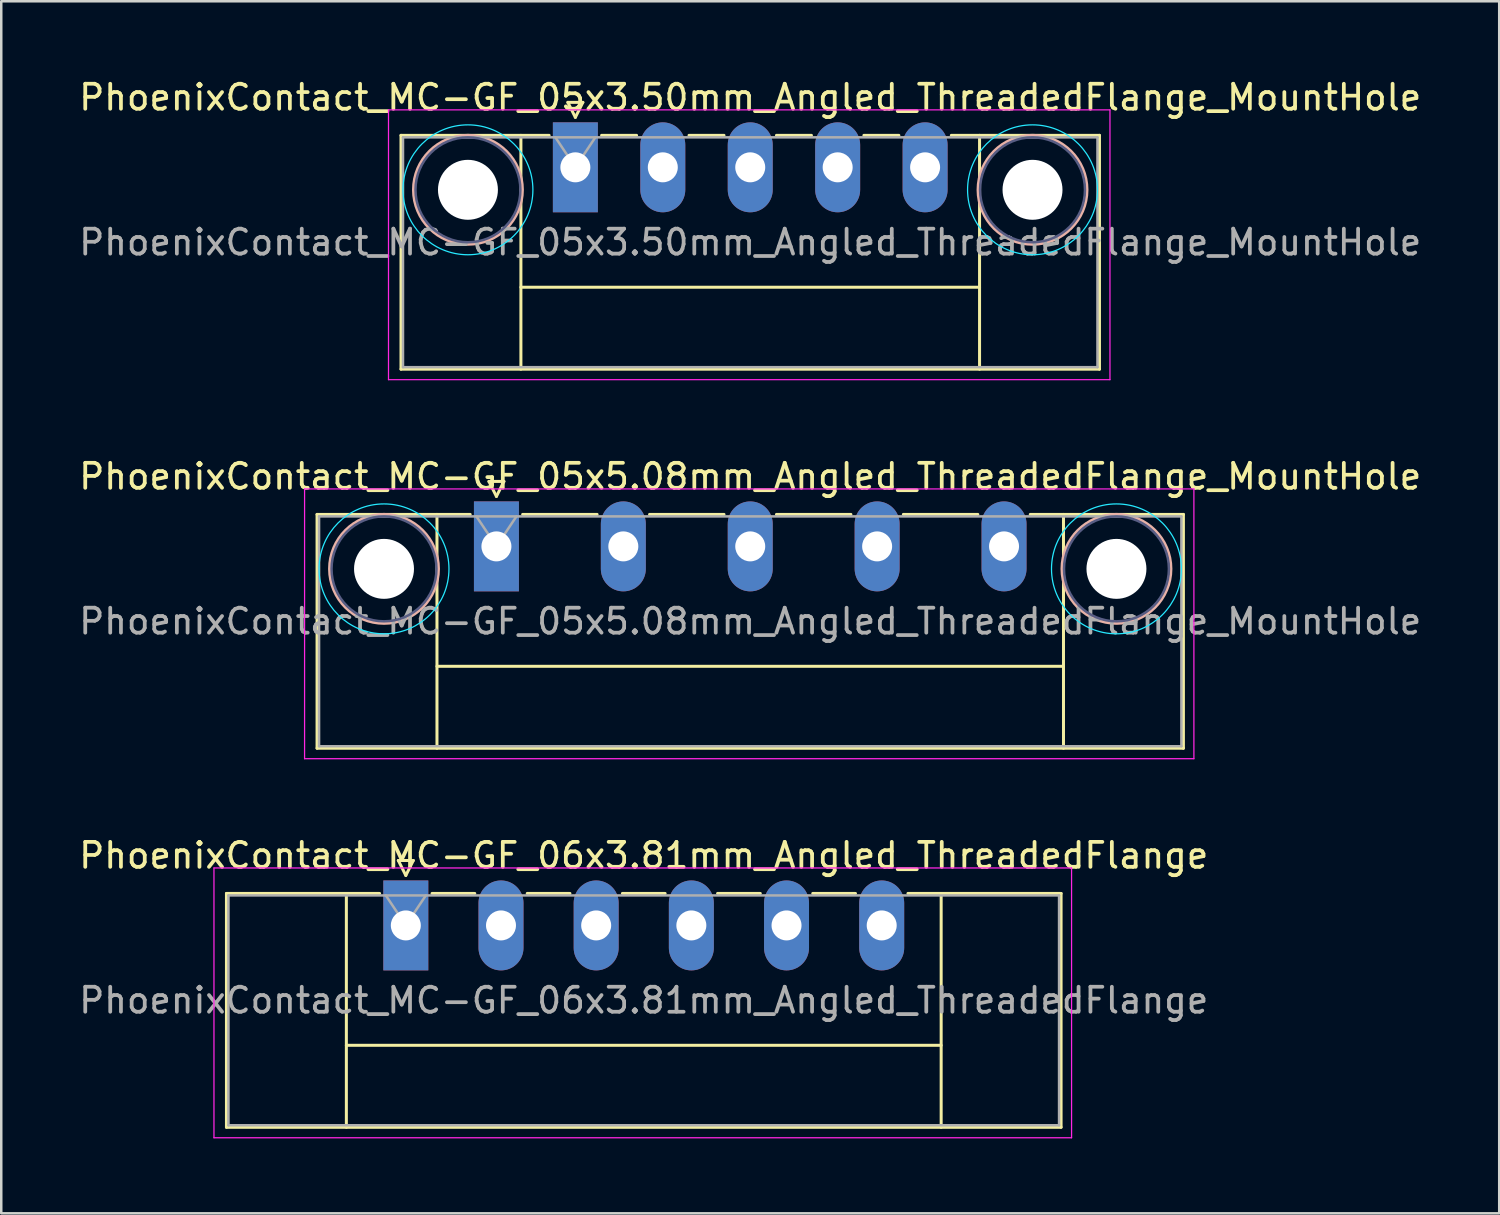
<source format=kicad_pcb>
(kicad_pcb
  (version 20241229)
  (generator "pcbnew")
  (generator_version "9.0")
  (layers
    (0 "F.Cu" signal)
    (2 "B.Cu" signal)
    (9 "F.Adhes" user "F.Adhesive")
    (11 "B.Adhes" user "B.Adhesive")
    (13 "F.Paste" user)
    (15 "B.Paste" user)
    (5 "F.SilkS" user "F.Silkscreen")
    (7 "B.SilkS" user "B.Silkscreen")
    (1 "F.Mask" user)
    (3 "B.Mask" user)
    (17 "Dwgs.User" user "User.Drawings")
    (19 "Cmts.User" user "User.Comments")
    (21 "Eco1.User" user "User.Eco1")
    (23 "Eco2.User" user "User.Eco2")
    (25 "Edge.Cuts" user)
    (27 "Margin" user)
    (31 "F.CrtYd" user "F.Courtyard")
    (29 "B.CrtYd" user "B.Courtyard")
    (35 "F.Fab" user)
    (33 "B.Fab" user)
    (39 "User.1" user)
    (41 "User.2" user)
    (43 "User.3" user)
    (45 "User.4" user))
  (footprint "PhoenixContact_MC-GF_06x3.81mm_Angled_ThreadedFlange"
    (layer "F.Cu")
    (at 13.195 33.995)
    (property "Reference" "PhoenixContact_MC-GF_06x3.81mm_Angled_ThreadedFlange" (at 9.525 -2.8 0) (layer "F.SilkS") (effects (font (size 1 1) (thickness 0.15))))
    (attr through_hole)
    (fp_line (start -7.18 -1.28) (end -7.18 8.08) (stroke (width 0.12) (type solid)) (layer "F.SilkS"))
    (fp_line (start -7.18 -1.28) (end -1.05 -1.28) (stroke (width 0.12) (type solid)) (layer "F.SilkS"))
    (fp_line (start -7.18 8.08) (end 26.23 8.08) (stroke (width 0.12) (type solid)) (layer "F.SilkS"))
    (fp_line (start -2.38 -1.28) (end -2.38 8.08) (stroke (width 0.12) (type solid)) (layer "F.SilkS"))
    (fp_line (start -2.38 4.8) (end 21.43 4.8) (stroke (width 0.12) (type solid)) (layer "F.SilkS"))
    (fp_line (start -0.3 -2.6) (end 0.3 -2.6) (stroke (width 0.12) (type solid)) (layer "F.SilkS"))
    (fp_line (start 0 -2) (end -0.3 -2.6) (stroke (width 0.12) (type solid)) (layer "F.SilkS"))
    (fp_line (start 0.3 -2.6) (end 0 -2) (stroke (width 0.12) (type solid)) (layer "F.SilkS"))
    (fp_line (start 1.05 -1.28) (end 2.76 -1.28) (stroke (width 0.12) (type solid)) (layer "F.SilkS"))
    (fp_line (start 4.86 -1.28) (end 6.57 -1.28) (stroke (width 0.12) (type solid)) (layer "F.SilkS"))
    (fp_line (start 8.67 -1.28) (end 10.38 -1.28) (stroke (width 0.12) (type solid)) (layer "F.SilkS"))
    (fp_line (start 12.48 -1.28) (end 14.19 -1.28) (stroke (width 0.12) (type solid)) (layer "F.SilkS"))
    (fp_line (start 16.29 -1.28) (end 18 -1.28) (stroke (width 0.12) (type solid)) (layer "F.SilkS"))
    (fp_line (start 21.43 -1.28) (end 21.43 8.08) (stroke (width 0.12) (type solid)) (layer "F.SilkS"))
    (fp_line (start 26.23 -1.28) (end 20.1 -1.28) (stroke (width 0.12) (type solid)) (layer "F.SilkS"))
    (fp_line (start 26.23 8.08) (end 26.23 -1.28) (stroke (width 0.12) (type solid)) (layer "F.SilkS"))
    (fp_line (start -7.68 -2.3) (end -7.68 8.5) (stroke (width 0.05) (type solid)) (layer "F.CrtYd"))
    (fp_line (start -7.68 8.5) (end 26.65 8.5) (stroke (width 0.05) (type solid)) (layer "F.CrtYd"))
    (fp_line (start 26.65 -2.3) (end -7.68 -2.3) (stroke (width 0.05) (type solid)) (layer "F.CrtYd"))
    (fp_line (start 26.65 8.5) (end 26.65 -2.3) (stroke (width 0.05) (type solid)) (layer "F.CrtYd"))
    (fp_line (start -7.1 -1.2) (end -7.1 8) (stroke (width 0.1) (type solid)) (layer "F.Fab"))
    (fp_line (start -7.1 8) (end 26.15 8) (stroke (width 0.1) (type solid)) (layer "F.Fab"))
    (fp_line (start 0 0) (end -0.8 -1.2) (stroke (width 0.1) (type solid)) (layer "F.Fab"))
    (fp_line (start 0.8 -1.2) (end 0 0) (stroke (width 0.1) (type solid)) (layer "F.Fab"))
    (fp_line (start 26.15 -1.2) (end -7.1 -1.2) (stroke (width 0.1) (type solid)) (layer "F.Fab"))
    (fp_line (start 26.15 8) (end 26.15 -1.2) (stroke (width 0.1) (type solid)) (layer "F.Fab"))
    (fp_text user "${REFERENCE}" (at 9.525 3 0) (layer "F.Fab") (effects (font (size 1 1) (thickness 0.15))))
    (pad "1" thru_hole rect (at 0 0) (size 1.8 3.6) (drill 1.2) (layers "*.Cu" "*.Mask"))
    (pad "2" thru_hole oval (at 3.81 0) (size 1.8 3.6) (drill 1.2) (layers "*.Cu" "*.Mask"))
    (pad "3" thru_hole oval (at 7.62 0) (size 1.8 3.6) (drill 1.2) (layers "*.Cu" "*.Mask"))
    (pad "4" thru_hole oval (at 11.43 0) (size 1.8 3.6) (drill 1.2) (layers "*.Cu" "*.Mask"))
    (pad "5" thru_hole oval (at 15.24 0) (size 1.8 3.6) (drill 1.2) (layers "*.Cu" "*.Mask"))
    (pad "6" thru_hole oval (at 19.05 0) (size 1.8 3.6) (drill 1.2) (layers "*.Cu" "*.Mask")))
  (footprint "PhoenixContact_MC-GF_05x5.08mm_Angled_ThreadedFlange_MountHole"
    (layer "F.Cu")
    (at 16.822 18.822)
    (property "Reference" "PhoenixContact_MC-GF_05x5.08mm_Angled_ThreadedFlange_MountHole" (at 10.16 -2.8 0) (layer "F.SilkS") (effects (font (size 1 1) (thickness 0.15))))
    (attr through_hole)
    (fp_line (start -7.18 -1.28) (end -7.18 8.08) (stroke (width 0.12) (type solid)) (layer "F.SilkS"))
    (fp_line (start -7.18 -1.28) (end -1.05 -1.28) (stroke (width 0.12) (type solid)) (layer "F.SilkS"))
    (fp_line (start -7.18 8.08) (end 27.5 8.08) (stroke (width 0.12) (type solid)) (layer "F.SilkS"))
    (fp_line (start -2.38 -1.28) (end -2.38 8.08) (stroke (width 0.12) (type solid)) (layer "F.SilkS"))
    (fp_line (start -2.38 4.8) (end 22.7 4.8) (stroke (width 0.12) (type solid)) (layer "F.SilkS"))
    (fp_line (start -0.3 -2.6) (end 0.3 -2.6) (stroke (width 0.12) (type solid)) (layer "F.SilkS"))
    (fp_line (start 0 -2) (end -0.3 -2.6) (stroke (width 0.12) (type solid)) (layer "F.SilkS"))
    (fp_line (start 0.3 -2.6) (end 0 -2) (stroke (width 0.12) (type solid)) (layer "F.SilkS"))
    (fp_line (start 1.05 -1.28) (end 4.03 -1.28) (stroke (width 0.12) (type solid)) (layer "F.SilkS"))
    (fp_line (start 6.13 -1.28) (end 9.11 -1.28) (stroke (width 0.12) (type solid)) (layer "F.SilkS"))
    (fp_line (start 11.21 -1.28) (end 14.19 -1.28) (stroke (width 0.12) (type solid)) (layer "F.SilkS"))
    (fp_line (start 16.29 -1.28) (end 19.27 -1.28) (stroke (width 0.12) (type solid)) (layer "F.SilkS"))
    (fp_line (start 22.7 -1.28) (end 22.7 8.08) (stroke (width 0.12) (type solid)) (layer "F.SilkS"))
    (fp_line (start 27.5 -1.28) (end 21.37 -1.28) (stroke (width 0.12) (type solid)) (layer "F.SilkS"))
    (fp_line (start 27.5 8.08) (end 27.5 -1.28) (stroke (width 0.12) (type solid)) (layer "F.SilkS"))
    (fp_circle (center -4.5 0.9) (end -2.32 0.9) (stroke (width 0.12) (type solid)) (fill no) (layer "B.SilkS"))
    (fp_circle (center 24.82 0.9) (end 27 0.9) (stroke (width 0.12) (type solid)) (fill no) (layer "B.SilkS"))
    (fp_circle (center -4.5 0.9) (end -1.9 0.9) (stroke (width 0.05) (type solid)) (fill no) (layer "B.CrtYd"))
    (fp_circle (center 24.82 0.9) (end 27.42 0.9) (stroke (width 0.05) (type solid)) (fill no) (layer "B.CrtYd"))
    (fp_line (start -7.68 -2.3) (end -7.68 8.5) (stroke (width 0.05) (type solid)) (layer "F.CrtYd"))
    (fp_line (start -7.68 8.5) (end 27.92 8.5) (stroke (width 0.05) (type solid)) (layer "F.CrtYd"))
    (fp_line (start 27.92 -2.3) (end -7.68 -2.3) (stroke (width 0.05) (type solid)) (layer "F.CrtYd"))
    (fp_line (start 27.92 8.5) (end 27.92 -2.3) (stroke (width 0.05) (type solid)) (layer "F.CrtYd"))
    (fp_circle (center -4.5 0.9) (end -2.4 0.9) (stroke (width 0.1) (type solid)) (fill no) (layer "B.Fab"))
    (fp_circle (center 24.82 0.9) (end 26.92 0.9) (stroke (width 0.1) (type solid)) (fill no) (layer "B.Fab"))
    (fp_line (start -7.1 -1.2) (end -7.1 8) (stroke (width 0.1) (type solid)) (layer "F.Fab"))
    (fp_line (start -7.1 8) (end 27.42 8) (stroke (width 0.1) (type solid)) (layer "F.Fab"))
    (fp_line (start 0 0) (end -0.8 -1.2) (stroke (width 0.1) (type solid)) (layer "F.Fab"))
    (fp_line (start 0.8 -1.2) (end 0 0) (stroke (width 0.1) (type solid)) (layer "F.Fab"))
    (fp_line (start 27.42 -1.2) (end -7.1 -1.2) (stroke (width 0.1) (type solid)) (layer "F.Fab"))
    (fp_line (start 27.42 8) (end 27.42 -1.2) (stroke (width 0.1) (type solid)) (layer "F.Fab"))
    (fp_text user "${REFERENCE}" (at 10.16 3 0) (layer "F.Fab") (effects (font (size 1 1) (thickness 0.15))))
    (pad "" np_thru_hole circle (at -4.5 0.9) (size 2.4 2.4) (drill 2.4) (layers "*.Cu" "*.Mask"))
    (pad "" np_thru_hole circle (at 24.82 0.9) (size 2.4 2.4) (drill 2.4) (layers "*.Cu" "*.Mask"))
    (pad "1" thru_hole rect (at 0 0) (size 1.8 3.6) (drill 1.2) (layers "*.Cu" "*.Mask"))
    (pad "2" thru_hole oval (at 5.08 0) (size 1.8 3.6) (drill 1.2) (layers "*.Cu" "*.Mask"))
    (pad "3" thru_hole oval (at 10.16 0) (size 1.8 3.6) (drill 1.2) (layers "*.Cu" "*.Mask"))
    (pad "4" thru_hole oval (at 15.24 0) (size 1.8 3.6) (drill 1.2) (layers "*.Cu" "*.Mask"))
    (pad "5" thru_hole oval (at 20.32 0) (size 1.8 3.6) (drill 1.2) (layers "*.Cu" "*.Mask")))
  (footprint "PhoenixContact_MC-GF_05x3.50mm_Angled_ThreadedFlange_MountHole"
    (layer "F.Cu")
    (at 19.982 3.648)
    (property "Reference" "PhoenixContact_MC-GF_05x3.50mm_Angled_ThreadedFlange_MountHole" (at 7 -2.8 0) (layer "F.SilkS") (effects (font (size 1 1) (thickness 0.15))))
    (attr through_hole)
    (fp_line (start -6.98 -1.28) (end -6.98 8.08) (stroke (width 0.12) (type solid)) (layer "F.SilkS"))
    (fp_line (start -6.98 -1.28) (end -1.05 -1.28) (stroke (width 0.12) (type solid)) (layer "F.SilkS"))
    (fp_line (start -6.98 8.08) (end 20.98 8.08) (stroke (width 0.12) (type solid)) (layer "F.SilkS"))
    (fp_line (start -2.18 -1.28) (end -2.18 8.08) (stroke (width 0.12) (type solid)) (layer "F.SilkS"))
    (fp_line (start -2.18 4.8) (end 16.18 4.8) (stroke (width 0.12) (type solid)) (layer "F.SilkS"))
    (fp_line (start -0.3 -2.6) (end 0.3 -2.6) (stroke (width 0.12) (type solid)) (layer "F.SilkS"))
    (fp_line (start 0 -2) (end -0.3 -2.6) (stroke (width 0.12) (type solid)) (layer "F.SilkS"))
    (fp_line (start 0.3 -2.6) (end 0 -2) (stroke (width 0.12) (type solid)) (layer "F.SilkS"))
    (fp_line (start 1.05 -1.28) (end 2.45 -1.28) (stroke (width 0.12) (type solid)) (layer "F.SilkS"))
    (fp_line (start 4.55 -1.28) (end 5.95 -1.28) (stroke (width 0.12) (type solid)) (layer "F.SilkS"))
    (fp_line (start 8.05 -1.28) (end 9.45 -1.28) (stroke (width 0.12) (type solid)) (layer "F.SilkS"))
    (fp_line (start 11.55 -1.28) (end 12.95 -1.28) (stroke (width 0.12) (type solid)) (layer "F.SilkS"))
    (fp_line (start 16.18 -1.28) (end 16.18 8.08) (stroke (width 0.12) (type solid)) (layer "F.SilkS"))
    (fp_line (start 20.98 -1.28) (end 15.05 -1.28) (stroke (width 0.12) (type solid)) (layer "F.SilkS"))
    (fp_line (start 20.98 8.08) (end 20.98 -1.28) (stroke (width 0.12) (type solid)) (layer "F.SilkS"))
    (fp_circle (center -4.3 0.9) (end -2.12 0.9) (stroke (width 0.12) (type solid)) (fill no) (layer "B.SilkS"))
    (fp_circle (center 18.3 0.9) (end 20.48 0.9) (stroke (width 0.12) (type solid)) (fill no) (layer "B.SilkS"))
    (fp_circle (center -4.3 0.9) (end -1.7 0.9) (stroke (width 0.05) (type solid)) (fill no) (layer "B.CrtYd"))
    (fp_circle (center 18.3 0.9) (end 20.9 0.9) (stroke (width 0.05) (type solid)) (fill no) (layer "B.CrtYd"))
    (fp_line (start -7.48 -2.3) (end -7.48 8.5) (stroke (width 0.05) (type solid)) (layer "F.CrtYd"))
    (fp_line (start -7.48 8.5) (end 21.4 8.5) (stroke (width 0.05) (type solid)) (layer "F.CrtYd"))
    (fp_line (start 21.4 -2.3) (end -7.48 -2.3) (stroke (width 0.05) (type solid)) (layer "F.CrtYd"))
    (fp_line (start 21.4 8.5) (end 21.4 -2.3) (stroke (width 0.05) (type solid)) (layer "F.CrtYd"))
    (fp_circle (center -4.3 0.9) (end -2.2 0.9) (stroke (width 0.1) (type solid)) (fill no) (layer "B.Fab"))
    (fp_circle (center 18.3 0.9) (end 20.4 0.9) (stroke (width 0.1) (type solid)) (fill no) (layer "B.Fab"))
    (fp_line (start -6.9 -1.2) (end -6.9 8) (stroke (width 0.1) (type solid)) (layer "F.Fab"))
    (fp_line (start -6.9 8) (end 20.9 8) (stroke (width 0.1) (type solid)) (layer "F.Fab"))
    (fp_line (start 0 0) (end -0.8 -1.2) (stroke (width 0.1) (type solid)) (layer "F.Fab"))
    (fp_line (start 0.8 -1.2) (end 0 0) (stroke (width 0.1) (type solid)) (layer "F.Fab"))
    (fp_line (start 20.9 -1.2) (end -6.9 -1.2) (stroke (width 0.1) (type solid)) (layer "F.Fab"))
    (fp_line (start 20.9 8) (end 20.9 -1.2) (stroke (width 0.1) (type solid)) (layer "F.Fab"))
    (fp_text user "${REFERENCE}" (at 7 3 0) (layer "F.Fab") (effects (font (size 1 1) (thickness 0.15))))
    (pad "" np_thru_hole circle (at -4.3 0.9) (size 2.4 2.4) (drill 2.4) (layers "*.Cu" "*.Mask"))
    (pad "" np_thru_hole circle (at 18.3 0.9) (size 2.4 2.4) (drill 2.4) (layers "*.Cu" "*.Mask"))
    (pad "1" thru_hole rect (at 0 0) (size 1.8 3.6) (drill 1.2) (layers "*.Cu" "*.Mask"))
    (pad "2" thru_hole oval (at 3.5 0) (size 1.8 3.6) (drill 1.2) (layers "*.Cu" "*.Mask"))
    (pad "3" thru_hole oval (at 7 0) (size 1.8 3.6) (drill 1.2) (layers "*.Cu" "*.Mask"))
    (pad "4" thru_hole oval (at 10.5 0) (size 1.8 3.6) (drill 1.2) (layers "*.Cu" "*.Mask"))
    (pad "5" thru_hole oval (at 14 0) (size 1.8 3.6) (drill 1.2) (layers "*.Cu" "*.Mask")))
  (gr_rect
    (start -3 -3)
    (end 56.964 45.52)
    (stroke (width 0.1) (type default))
    (fill no)
    (layer "Edge.Cuts")))
</source>
